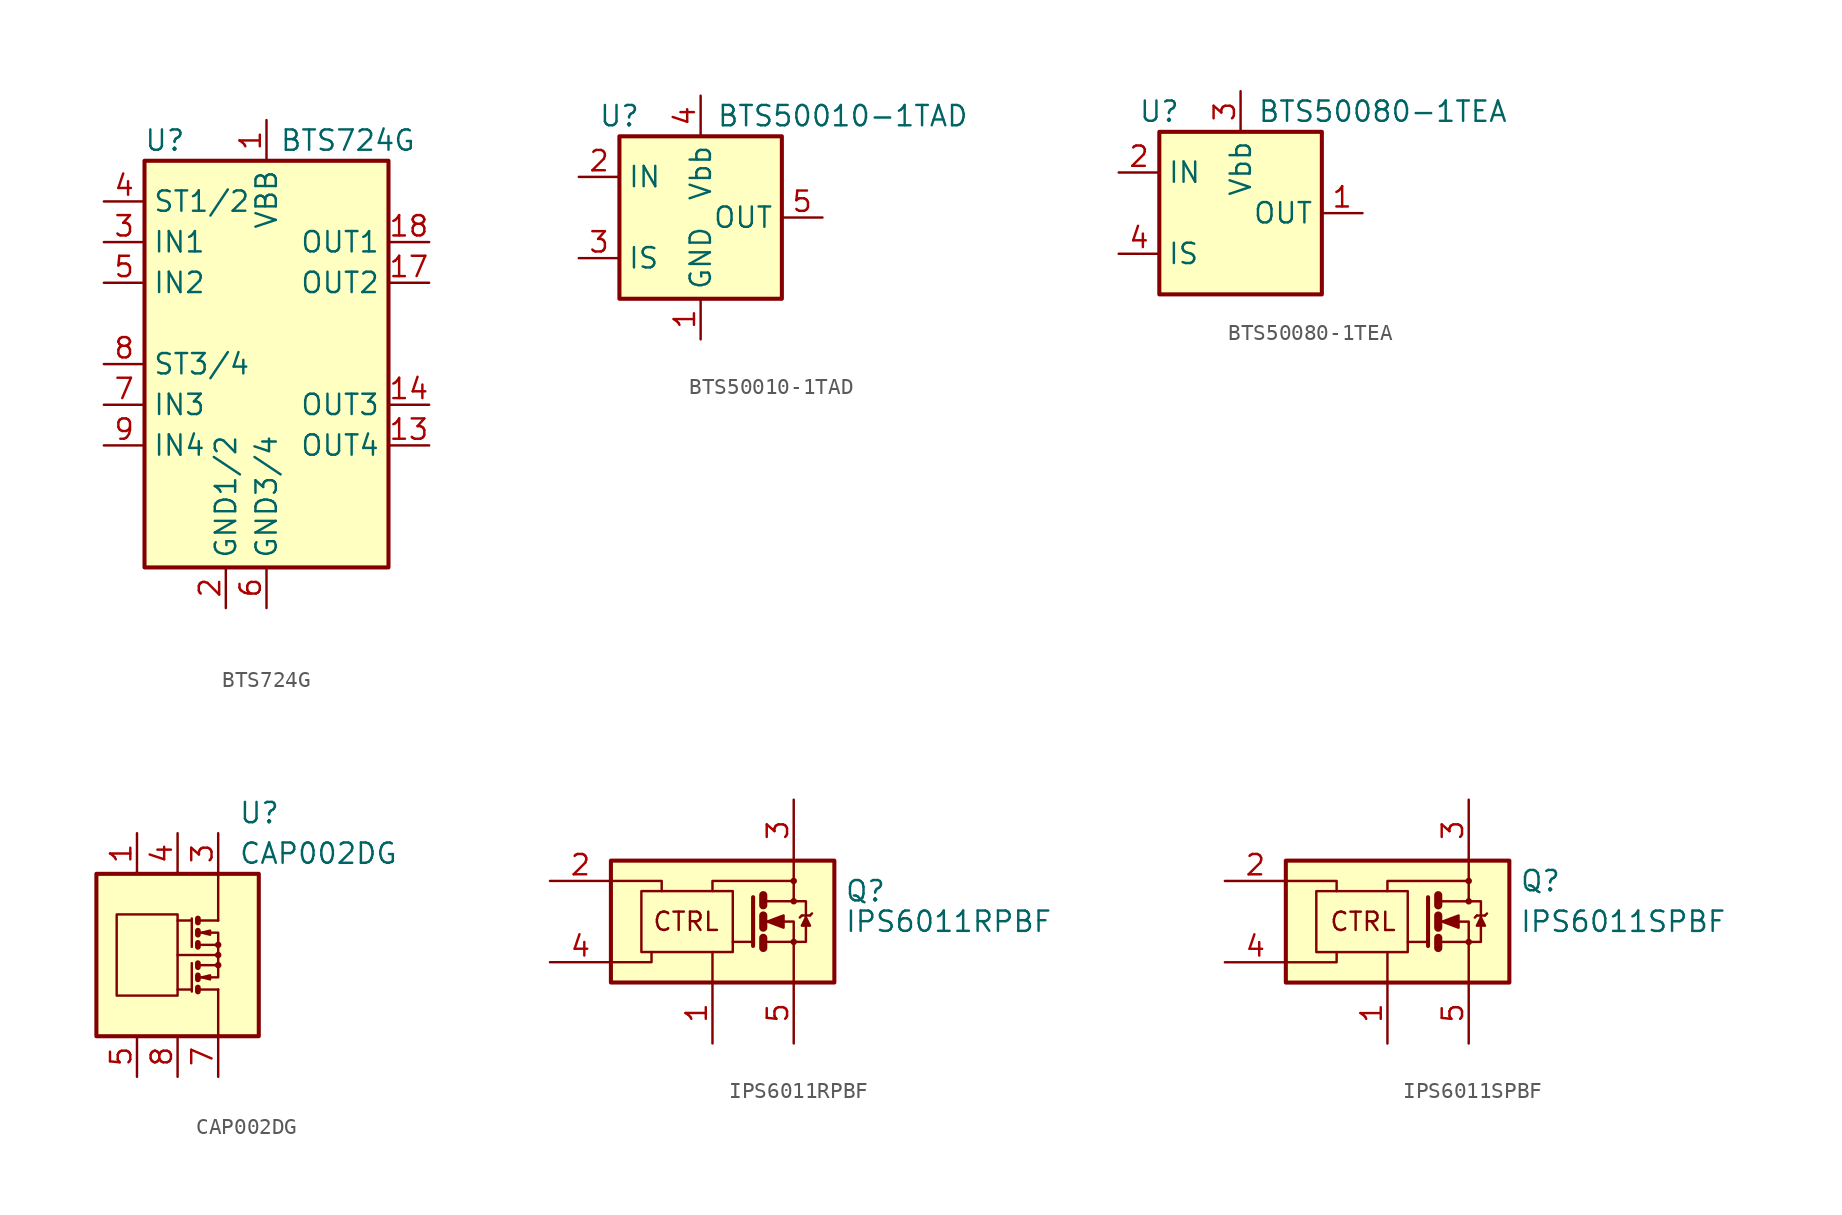
<source format=kicad_sym>
(kicad_symbol_lib
  (version 20201005)
  (generator kicad_symbol_editor)
  (symbol "BTS724G"
    (property "Reference" "U"
      (at -6.35 13.97 0)
      (effects (font (size 1.27 1.27))))
    (property "Value" "BTS724G"
      (at 5.08 13.97 0)
      (effects (font (size 1.27 1.27))))
    (symbol "BTS724G_0_1"
      (rectangle (start -7.62 12.7) (end 7.62 -12.7) (stroke (width 0.254)) (fill (type background))))
    (symbol "BTS724G_1_1"
      (pin power_in line (at 0 15.24 270) (length 2.54) (name "VBB" (effects (font (size 1.27 1.27)))) (number "1" (effects (font (size 1.27 1.27)))))
      (pin passive line (at 0 15.24 270) (length 2.54) hide (name "VBB" (effects (font (size 1.27 1.27)))) (number "10" (effects (font (size 1.27 1.27)))))
      (pin passive line (at 0 15.24 270) (length 2.54) hide (name "VBB" (effects (font (size 1.27 1.27)))) (number "11" (effects (font (size 1.27 1.27)))))
      (pin passive line (at 0 15.24 270) (length 2.54) hide (name "VBB" (effects (font (size 1.27 1.27)))) (number "12" (effects (font (size 1.27 1.27)))))
      (pin open_emitter line (at 10.16 -5.08 180) (length 2.54) (name "OUT4" (effects (font (size 1.27 1.27)))) (number "13" (effects (font (size 1.27 1.27)))))
      (pin open_emitter line (at 10.16 -2.54 180) (length 2.54) (name "OUT3" (effects (font (size 1.27 1.27)))) (number "14" (effects (font (size 1.27 1.27)))))
      (pin passive line (at 0 15.24 270) (length 2.54) hide (name "VBB" (effects (font (size 1.27 1.27)))) (number "15" (effects (font (size 1.27 1.27)))))
      (pin passive line (at 0 15.24 270) (length 2.54) hide (name "VBB" (effects (font (size 1.27 1.27)))) (number "16" (effects (font (size 1.27 1.27)))))
      (pin open_emitter line (at 10.16 5.08 180) (length 2.54) (name "OUT2" (effects (font (size 1.27 1.27)))) (number "17" (effects (font (size 1.27 1.27)))))
      (pin open_emitter line (at 10.16 7.62 180) (length 2.54) (name "OUT1" (effects (font (size 1.27 1.27)))) (number "18" (effects (font (size 1.27 1.27)))))
      (pin passive line (at 0 15.24 270) (length 2.54) hide (name "VBB" (effects (font (size 1.27 1.27)))) (number "19" (effects (font (size 1.27 1.27)))))
      (pin power_in line (at -2.54 -15.24 90) (length 2.54) (name "GND1/2" (effects (font (size 1.27 1.27)))) (number "2" (effects (font (size 1.27 1.27)))))
      (pin passive line (at 0 15.24 270) (length 2.54) hide (name "VBB" (effects (font (size 1.27 1.27)))) (number "20" (effects (font (size 1.27 1.27)))))
      (pin input line (at -10.16 7.62 0) (length 2.54) (name "IN1" (effects (font (size 1.27 1.27)))) (number "3" (effects (font (size 1.27 1.27)))))
      (pin open_collector line (at -10.16 10.16 0) (length 2.54) (name "ST1/2" (effects (font (size 1.27 1.27)))) (number "4" (effects (font (size 1.27 1.27)))))
      (pin input line (at -10.16 5.08 0) (length 2.54) (name "IN2" (effects (font (size 1.27 1.27)))) (number "5" (effects (font (size 1.27 1.27)))))
      (pin power_in line (at 0 -15.24 90) (length 2.54) (name "GND3/4" (effects (font (size 1.27 1.27)))) (number "6" (effects (font (size 1.27 1.27)))))
      (pin input line (at -10.16 -2.54 0) (length 2.54) (name "IN3" (effects (font (size 1.27 1.27)))) (number "7" (effects (font (size 1.27 1.27)))))
      (pin open_collector line (at -10.16 0 0) (length 2.54) (name "ST3/4" (effects (font (size 1.27 1.27)))) (number "8" (effects (font (size 1.27 1.27)))))
      (pin input line (at -10.16 -5.08 0) (length 2.54) (name "IN4" (effects (font (size 1.27 1.27)))) (number "9" (effects (font (size 1.27 1.27)))))))
  (symbol "BTS50010-1TAD"
    (property "Reference" "U"
      (at -5.08 6.35 0)
      (effects (font (size 1.27 1.27))))
    (property "Value" "BTS50010-1TAD"
      (at 8.89 6.35 0)
      (effects (font (size 1.27 1.27))))
    (symbol "BTS50010-1TAD_0_1"
      (rectangle (start -5.08 5.08) (end 5.08 -5.08) (stroke (width 0.254)) (fill (type background))))
    (symbol "BTS50010-1TAD_1_1"
      (pin power_in line (at 0 -7.62 90) (length 2.54) (name "GND" (effects (font (size 1.27 1.27)))) (number "1" (effects (font (size 1.27 1.27)))))
      (pin input line (at -7.62 2.54 0) (length 2.54) (name "IN" (effects (font (size 1.27 1.27)))) (number "2" (effects (font (size 1.27 1.27)))))
      (pin output line (at -7.62 -2.54 0) (length 2.54) (name "IS" (effects (font (size 1.27 1.27)))) (number "3" (effects (font (size 1.27 1.27)))))
      (pin power_in line (at 0 7.62 270) (length 2.54) (name "Vbb" (effects (font (size 1.27 1.27)))) (number "4" (effects (font (size 1.27 1.27)))))
      (pin passive line (at 7.62 0 180) (length 2.54) (name "OUT" (effects (font (size 1.27 1.27)))) (number "5" (effects (font (size 1.27 1.27)))))
      (pin passive line (at 7.62 0 180) (length 2.54) hide (name "OUT" (effects (font (size 1.27 1.27)))) (number "6" (effects (font (size 1.27 1.27)))))
      (pin passive line (at 7.62 0 180) (length 2.54) hide (name "OUT" (effects (font (size 1.27 1.27)))) (number "7" (effects (font (size 1.27 1.27)))))))
  (symbol "BTS50080-1TEA"
    (property "Reference" "U"
      (at -5.08 6.35 0)
      (effects (font (size 1.27 1.27))))
    (property "Value" "BTS50080-1TEA"
      (at 8.89 6.35 0)
      (effects (font (size 1.27 1.27))))
    (symbol "BTS50080-1TEA_0_1"
      (rectangle (start -5.08 5.08) (end 5.08 -5.08) (stroke (width 0.254)) (fill (type background))))
    (symbol "BTS50080-1TEA_1_1"
      (pin power_out line (at 7.62 0 180) (length 2.54) (name "OUT" (effects (font (size 1.27 1.27)))) (number "1" (effects (font (size 1.27 1.27)))))
      (pin input line (at -7.62 2.54 0) (length 2.54) (name "IN" (effects (font (size 1.27 1.27)))) (number "2" (effects (font (size 1.27 1.27)))))
      (pin power_in line (at 0 7.62 270) (length 2.54) (name "Vbb" (effects (font (size 1.27 1.27)))) (number "3" (effects (font (size 1.27 1.27)))))
      (pin output line (at -7.62 -2.54 0) (length 2.54) (name "IS" (effects (font (size 1.27 1.27)))) (number "4" (effects (font (size 1.27 1.27)))))
      (pin passive line (at 7.62 0 180) (length 2.54) hide (name "OUT" (effects (font (size 1.27 1.27)))) (number "5" (effects (font (size 1.27 1.27)))))))
  (symbol "CAP002DG"
    (pin_names
      (offset 1.27))
    (property "Reference" "U"
      (at 3.81 8.89 0)
      (effects (font (size 1.27 1.27)) (justify left)))
    (property "Value" "CAP002DG"
      (at 3.81 6.35 0)
      (effects (font (size 1.27 1.27)) (justify left)))
    (symbol "CAP002DG_0_1"
      (circle (center 2.54 -0.635) (radius 0.127) (stroke (width 0)) (fill (type none)))
      (circle (center 2.54 0) (radius 0.127) (stroke (width 0)) (fill (type none)))
      (circle (center 2.54 0.635) (radius 0.127) (stroke (width 0)) (fill (type none)))
      (rectangle (start -5.08 5.08) (end 5.08 -5.08) (stroke (width 0.254)) (fill (type background)))
      (rectangle (start -3.81 2.54) (end 0 -2.54) (stroke (width 0)) (fill (type none)))
      (polyline (pts (xy 0.889 -2.159) (xy 0 -2.159)) (stroke (width 0)) (fill (type none)))
      (polyline (pts (xy 0.889 -0.508) (xy 0.889 -2.286)) (stroke (width 0)) (fill (type none)))
      (polyline (pts (xy 0.889 2.159) (xy 0 2.159)) (stroke (width 0)) (fill (type none)))
      (polyline (pts (xy 0.889 2.286) (xy 0.889 0.508)) (stroke (width 0)) (fill (type none)))
      (polyline (pts (xy 1.27 -2.159) (xy 2.54 -2.159)) (stroke (width 0)) (fill (type none)))
      (polyline (pts (xy 1.27 2.159) (xy 2.54 2.159)) (stroke (width 0)) (fill (type none)))
      (polyline (pts (xy 2.413 0) (xy 0 0)) (stroke (width 0)) (fill (type none)))
      (polyline (pts (xy 2.54 -2.159) (xy 2.54 -5.08)) (stroke (width 0)) (fill (type none)))
      (polyline (pts (xy 1.27 -2.032) (xy 1.27 -2.286) (xy 1.27 -2.286)) (stroke (width 0.356)) (fill (type none)))
      (polyline (pts (xy 1.27 -1.27) (xy 1.27 -1.524) (xy 1.27 -1.524)) (stroke (width 0.356)) (fill (type none)))
      (polyline (pts (xy 1.27 0.762) (xy 1.27 0.508) (xy 1.27 0.508)) (stroke (width 0.356)) (fill (type none)))
      (polyline (pts (xy 1.27 1.524) (xy 1.27 1.27) (xy 1.27 1.27)) (stroke (width 0.356)) (fill (type none)))
      (polyline (pts (xy 1.27 2.286) (xy 1.27 2.032) (xy 1.27 2.032)) (stroke (width 0.356)) (fill (type none)))
      (polyline (pts (xy 1.397 -1.397) (xy 2.54 -1.397) (xy 2.54 -0.635)) (stroke (width 0)) (fill (type none)))
      (polyline (pts (xy 1.397 1.397) (xy 2.54 1.397) (xy 2.54 0.635)) (stroke (width 0)) (fill (type none)))
      (polyline (pts (xy 2.54 2.159) (xy 2.54 5.08) (xy 2.54 3.175)) (stroke (width 0)) (fill (type none)))
      (polyline (pts (xy 1.397 -0.635) (xy 2.54 -0.635) (xy 2.54 0.635) (xy 1.397 0.635)) (stroke (width 0)) (fill (type none)))
      (polyline (pts (xy 1.524 -1.397) (xy 2.032 -1.27) (xy 2.032 -1.524) (xy 1.524 -1.397)) (stroke (width 0)) (fill (type none)))
      (polyline (pts (xy 1.524 1.397) (xy 2.032 1.524) (xy 2.032 1.27) (xy 1.524 1.397)) (stroke (width 0)) (fill (type none))))
    (symbol "CAP002DG_1_1"
      (polyline (pts (xy 1.27 -0.508) (xy 1.27 -0.762)) (stroke (width 0.356)) (fill (type none)))
      (pin passive line (at -2.54 7.62 270) (length 2.54) (name "~" (effects (font (size 1.27 1.27)))) (number "1" (effects (font (size 1.27 1.27)))))
      (pin passive line (at 2.54 7.62 270) (length 2.54) hide (name "~" (effects (font (size 1.27 1.27)))) (number "2" (effects (font (size 1.27 1.27)))))
      (pin passive line (at 2.54 7.62 270) (length 2.54) (name "~" (effects (font (size 1.27 1.27)))) (number "3" (effects (font (size 1.27 1.27)))))
      (pin passive line (at 0 7.62 270) (length 2.54) (name "~" (effects (font (size 1.27 1.27)))) (number "4" (effects (font (size 1.27 1.27)))))
      (pin passive line (at -2.54 -7.62 90) (length 2.54) (name "~" (effects (font (size 1.27 1.27)))) (number "5" (effects (font (size 1.27 1.27)))))
      (pin passive line (at 2.54 -7.62 90) (length 2.54) hide (name "~" (effects (font (size 1.27 1.27)))) (number "6" (effects (font (size 1.27 1.27)))))
      (pin passive line (at 2.54 -7.62 90) (length 2.54) (name "~" (effects (font (size 1.27 1.27)))) (number "7" (effects (font (size 1.27 1.27)))))
      (pin passive line (at 0 -7.62 90) (length 2.54) (name "~" (effects (font (size 1.27 1.27)))) (number "8" (effects (font (size 1.27 1.27)))))))
  (symbol "IPS6011RPBF"
    (pin_names
      (offset 0) hide)
    (property "Reference" "Q"
      (at 8.255 1.905 0)
      (effects (font (size 1.27 1.27)) (justify left)))
    (property "Value" "IPS6011RPBF"
      (at 8.255 0 0)
      (effects (font (size 1.27 1.27)) (justify left)))
    (symbol "IPS6011RPBF_0_0"
      (circle (center 5.08 2.54) (radius 0.127) (stroke (width 0)) (fill (type none)))
      (text "CTRL" (at -1.651 0 0) (effects (font (size 1.143 1.143))))
      (rectangle (start -6.35 3.81) (end 7.62 -3.81) (stroke (width 0.254)) (fill (type background)))
      (polyline (pts (xy 0 -3.81) (xy 0 -1.905)) (stroke (width 0)) (fill (type none)))
      (polyline (pts (xy -6.35 -2.54) (xy -3.81 -2.54) (xy -3.81 -1.905)) (stroke (width 0)) (fill (type none)))
      (polyline (pts (xy -6.35 2.54) (xy -3.175 2.54) (xy -3.175 1.905)) (stroke (width 0)) (fill (type none)))
      (polyline (pts (xy 0 1.905) (xy 0 2.54) (xy 5.08 2.54)) (stroke (width 0)) (fill (type none))))
    (symbol "IPS6011RPBF_0_1"
      (circle (center 5.08 -1.27) (radius 0.127) (stroke (width 0)) (fill (type none)))
      (circle (center 5.08 1.27) (radius 0.127) (stroke (width 0)) (fill (type none)))
      (rectangle (start -4.445 1.905) (end 1.27 -1.905) (stroke (width 0)) (fill (type none)))
      (polyline (pts (xy 2.54 -1.27) (xy 1.27 -1.27)) (stroke (width 0)) (fill (type none)))
      (polyline (pts (xy 3.175 -1.27) (xy 5.08 -1.27)) (stroke (width 0)) (fill (type none)))
      (polyline (pts (xy 3.175 -1.016) (xy 3.175 -1.651)) (stroke (width 0.508)) (fill (type none)))
      (polyline (pts (xy 3.175 0.381) (xy 3.175 -0.381)) (stroke (width 0.508)) (fill (type none)))
      (polyline (pts (xy 3.175 1.651) (xy 3.175 1.016)) (stroke (width 0.508)) (fill (type none)))
      (polyline (pts (xy 5.588 0.381) (xy 5.461 0.254)) (stroke (width 0)) (fill (type none)))
      (polyline (pts (xy 5.588 0.381) (xy 6.096 0.381)) (stroke (width 0)) (fill (type none)))
      (polyline (pts (xy 6.096 0.381) (xy 6.223 0.508)) (stroke (width 0)) (fill (type none)))
      (polyline (pts (xy 2.54 1.524) (xy 2.54 -1.524) (xy 2.54 -1.524)) (stroke (width 0.254)) (fill (type none)))
      (polyline (pts (xy 3.175 0) (xy 5.08 0) (xy 5.08 -3.81)) (stroke (width 0)) (fill (type none)))
      (polyline (pts (xy 3.175 1.27) (xy 5.08 1.27) (xy 5.08 3.81)) (stroke (width 0)) (fill (type none)))
      (polyline (pts (xy 5.08 -1.27) (xy 5.842 -1.27) (xy 5.842 1.27) (xy 5.08 1.27)) (stroke (width 0)) (fill (type none)))
      (polyline (pts (xy 5.842 0.254) (xy 5.588 -0.254) (xy 6.096 -0.254) (xy 5.842 0.254)) (stroke (width 0)) (fill (type outline)))
      (polyline (pts (xy 3.429 0) (xy 4.445 0.381) (xy 4.445 -0.381) (xy 3.429 0) (xy 3.556 0) (xy 3.556 0)) (stroke (width 0)) (fill (type outline))))
    (symbol "IPS6011RPBF_1_1"
      (pin power_in line (at 0 -7.62 90) (length 3.81) (name "GND" (effects (font (size 1.27 1.27)))) (number "1" (effects (font (size 1.27 1.27)))))
      (pin input line (at -10.16 2.54 0) (length 3.81) (name "IN" (effects (font (size 1.27 1.27)))) (number "2" (effects (font (size 1.27 1.27)))))
      (pin power_in line (at 5.08 7.62 270) (length 3.81) (name "VCC" (effects (font (size 1.27 1.27)))) (number "3" (effects (font (size 1.27 1.27)))))
      (pin bidirectional line (at -10.16 -2.54 0) (length 3.81) (name "DG" (effects (font (size 1.27 1.27)))) (number "4" (effects (font (size 1.27 1.27)))))
      (pin output line (at 5.08 -7.62 90) (length 3.81) (name "OUT" (effects (font (size 1.27 1.27)))) (number "5" (effects (font (size 1.27 1.27)))))))
  (symbol "IPS6011SPBF"
    (pin_names
      (offset 0) hide)
    (property "Reference" "Q"
      (at 8.255 2.54 0)
      (effects (font (size 1.27 1.27)) (justify left)))
    (property "Value" "IPS6011SPBF"
      (at 8.255 0 0)
      (effects (font (size 1.27 1.27)) (justify left)))
    (symbol "IPS6011SPBF_0_0"
      (circle (center 5.08 2.54) (radius 0.127) (stroke (width 0)) (fill (type none)))
      (text "CTRL" (at -1.524 0 0) (effects (font (size 1.143 1.143))))
      (rectangle (start -6.35 3.81) (end 7.62 -3.81) (stroke (width 0.254)) (fill (type background)))
      (polyline (pts (xy 0 -3.81) (xy 0 -1.905)) (stroke (width 0)) (fill (type none)))
      (polyline (pts (xy -6.35 -2.54) (xy -3.175 -2.54) (xy -3.175 -1.905)) (stroke (width 0)) (fill (type none)))
      (polyline (pts (xy -6.35 2.54) (xy -3.175 2.54) (xy -3.175 1.905)) (stroke (width 0)) (fill (type none)))
      (polyline (pts (xy 0 1.905) (xy 0 2.54) (xy 5.08 2.54)) (stroke (width 0)) (fill (type none))))
    (symbol "IPS6011SPBF_0_1"
      (circle (center 5.08 -1.27) (radius 0.127) (stroke (width 0)) (fill (type none)))
      (circle (center 5.08 1.27) (radius 0.127) (stroke (width 0)) (fill (type none)))
      (rectangle (start -4.445 1.905) (end 1.27 -1.905) (stroke (width 0)) (fill (type none)))
      (polyline (pts (xy 2.54 -1.27) (xy 1.27 -1.27)) (stroke (width 0)) (fill (type none)))
      (polyline (pts (xy 3.175 -1.016) (xy 3.175 -1.651)) (stroke (width 0.508)) (fill (type none)))
      (polyline (pts (xy 3.175 0.381) (xy 3.175 -0.381)) (stroke (width 0.508)) (fill (type none)))
      (polyline (pts (xy 3.175 1.651) (xy 3.175 1.016)) (stroke (width 0.508)) (fill (type none)))
      (polyline (pts (xy 5.588 0.381) (xy 5.461 0.254)) (stroke (width 0)) (fill (type none)))
      (polyline (pts (xy 5.588 0.381) (xy 6.096 0.381)) (stroke (width 0)) (fill (type none)))
      (polyline (pts (xy 6.096 0.381) (xy 6.223 0.508)) (stroke (width 0)) (fill (type none)))
      (polyline (pts (xy 2.54 1.524) (xy 2.54 -1.524) (xy 2.54 -1.524)) (stroke (width 0.254)) (fill (type none)))
      (polyline (pts (xy 3.302 -1.27) (xy 5.08 -1.27) (xy 5.08 -3.81)) (stroke (width 0)) (fill (type none)))
      (polyline (pts (xy 3.302 0) (xy 5.08 0) (xy 5.08 -1.27)) (stroke (width 0)) (fill (type none)))
      (polyline (pts (xy 3.302 1.27) (xy 5.08 1.27) (xy 5.08 3.81) (xy 5.08 2.54)) (stroke (width 0)) (fill (type none)))
      (polyline (pts (xy 5.08 -1.27) (xy 5.842 -1.27) (xy 5.842 1.27) (xy 5.08 1.27)) (stroke (width 0)) (fill (type none)))
      (polyline (pts (xy 5.842 0.254) (xy 5.588 -0.254) (xy 6.096 -0.254) (xy 5.842 0.254)) (stroke (width 0)) (fill (type outline)))
      (polyline (pts (xy 3.429 0) (xy 4.445 0.381) (xy 4.445 -0.381) (xy 3.429 0) (xy 3.556 0) (xy 3.556 0)) (stroke (width 0)) (fill (type outline))))
    (symbol "IPS6011SPBF_1_1"
      (pin power_in line (at 0 -7.62 90) (length 3.81) (name "GND" (effects (font (size 1.27 1.27)))) (number "1" (effects (font (size 1.27 1.27)))))
      (pin input line (at -10.16 2.54 0) (length 3.81) (name "IN" (effects (font (size 1.27 1.27)))) (number "2" (effects (font (size 1.27 1.27)))))
      (pin power_in line (at 5.08 7.62 270) (length 3.81) (name "VCC" (effects (font (size 1.27 1.27)))) (number "3" (effects (font (size 1.27 1.27)))))
      (pin bidirectional line (at -10.16 -2.54 0) (length 3.81) (name "DG" (effects (font (size 1.27 1.27)))) (number "4" (effects (font (size 1.27 1.27)))))
      (pin output line (at 5.08 -7.62 90) (length 3.81) (name "OUT" (effects (font (size 1.27 1.27)))) (number "5" (effects (font (size 1.27 1.27))))))))
</source>
